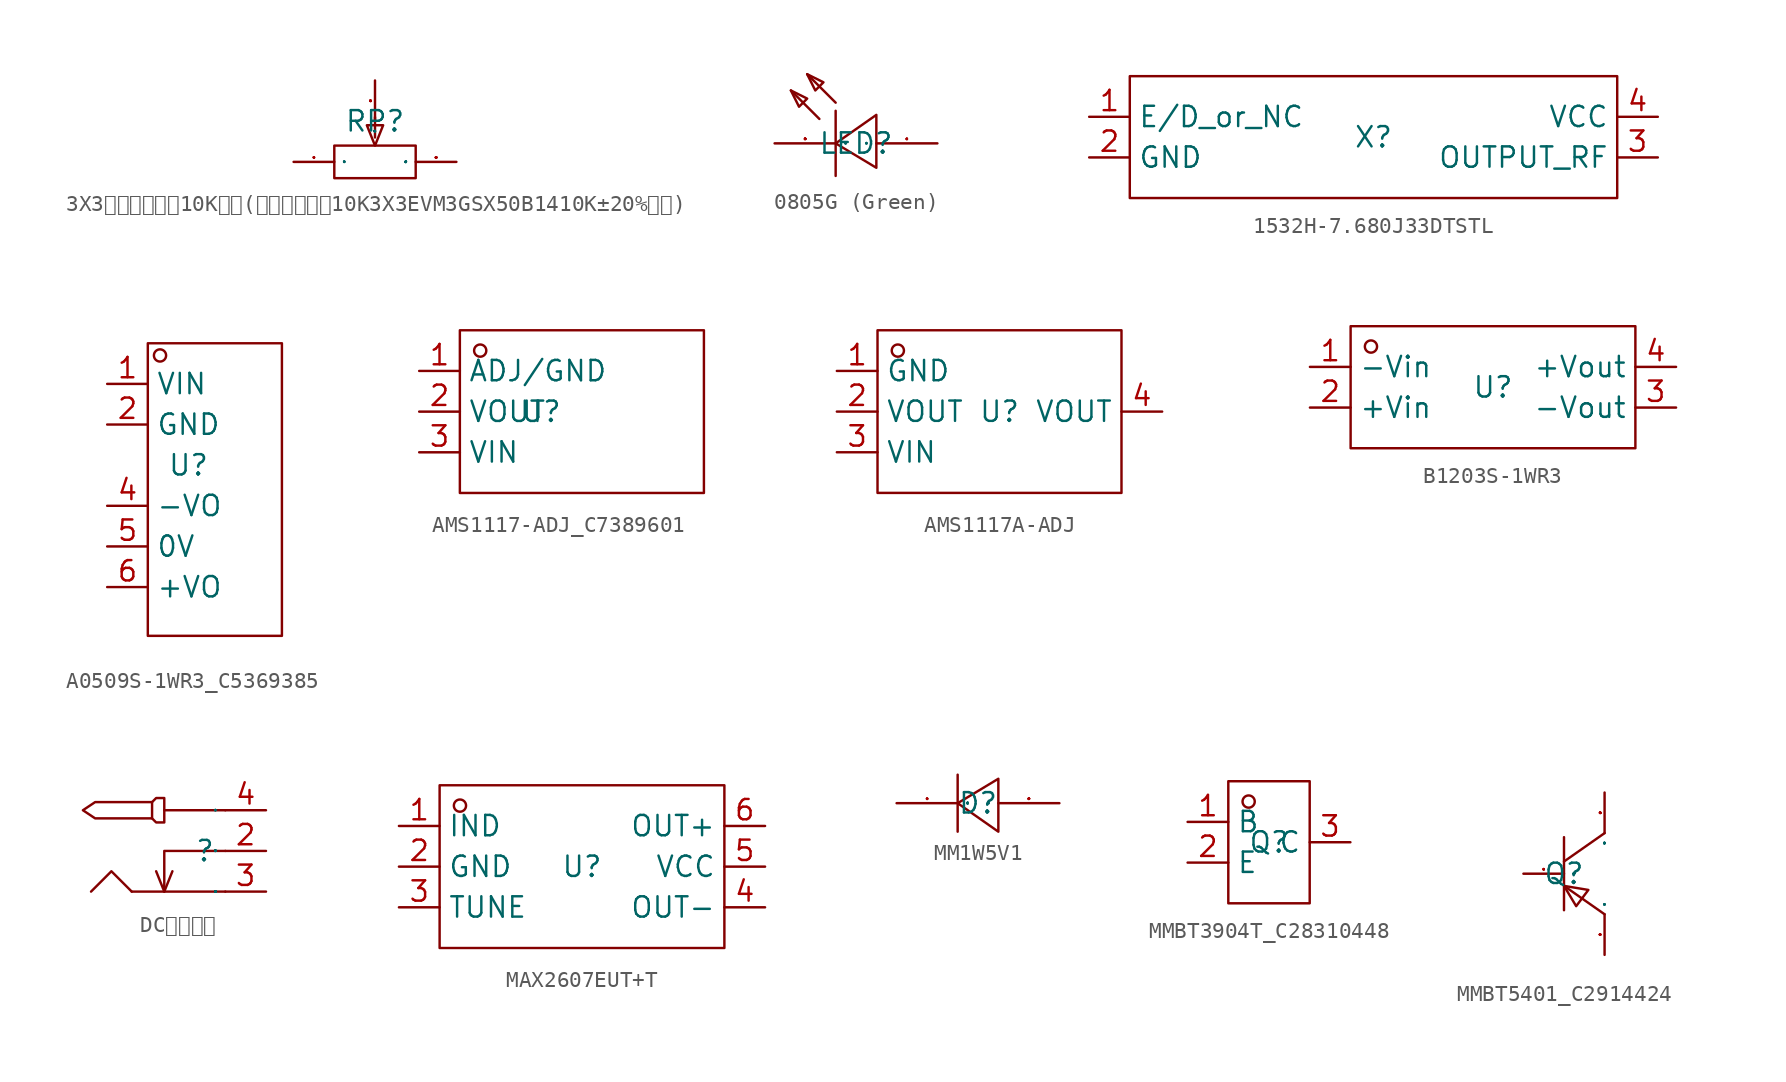
<source format=kicad_sym>
(kicad_symbol_lib
  (version 20231120)
  (generator "kicad_symbol_editor")
  (generator_version "8.0")
  (symbol "3X3贴片可调电阻10K可调(贴片可调电阻10K3X3EVM3GSX50B1410K±20%松下)"
    (property "Reference" "RP"
      (at 0 0 0)
      (effects (font (size 1.27 1.27))))
    (property "Value" ""
      (at 0 0 0)
      (effects (font (size 1.27 1.27))))
    (symbol "3X3贴片可调电阻10K可调(贴片可调电阻10K3X3EVM3GSX50B1410K±20%松下)_1_0"
      (polyline (pts (xy 0 -1.016) (xy 0 0.254)) (stroke (width 0) (type default)) (fill (type none)))
      (polyline (pts (xy 0 -1.524) (xy -0.508 -0.254) (xy -0.508 -0.254) (xy 0.508 -0.254) (xy 0.508 -0.254) (xy 0 -1.524)) (stroke (width 0) (type default)) (fill (type none)))
      (polyline (pts (xy 2.54 -1.524) (xy -2.54 -1.524) (xy -2.54 -1.524) (xy -2.54 -3.556) (xy -2.54 -3.556) (xy 2.54 -3.556) (xy 2.54 -3.556) (xy 2.54 -1.524)) (stroke (width 0) (type default)) (fill (type none)))
      (pin input line (at -5.08 -2.54 0) (length 2.54) (name "1" (effects (font (size 0.025 0.025)))) (number "1" (effects (font (size 0.025 0.025)))))
      (pin input line (at 0 2.54 270) (length 2.54) (name "2" (effects (font (size 0.025 0.025)))) (number "2" (effects (font (size 0.025 0.025)))))
      (pin input line (at 5.08 -2.54 180) (length 2.54) (name "3" (effects (font (size 0.025 0.025)))) (number "3" (effects (font (size 0.025 0.025)))))))
  (symbol "0805G (Green)"
    (property "Reference" "LED"
      (at 0 0 0)
      (effects (font (size 1.27 1.27))))
    (property "Value" ""
      (at 0 0 0)
      (effects (font (size 1.27 1.27))))
    (symbol "0805G (Green)_1_0"
      (polyline (pts (xy -2.286 1.524) (xy -4.064 3.302)) (stroke (width 0) (type default)) (fill (type none)))
      (polyline (pts (xy -1.27 2.032) (xy -1.27 -2.032)) (stroke (width 0) (type default)) (fill (type none)))
      (polyline (pts (xy -1.27 2.54) (xy -3.048 4.318)) (stroke (width 0) (type default)) (fill (type none)))
      (polyline (pts (xy -4.064 3.302) (xy -3.048 2.794) (xy -3.048 2.794) (xy -3.556 2.286) (xy -3.556 2.286) (xy -4.064 3.302)) (stroke (width 0) (type default)) (fill (type none)))
      (polyline (pts (xy -3.048 4.318) (xy -2.032 3.81) (xy -2.032 3.81) (xy -2.54 3.302) (xy -2.54 3.302) (xy -3.048 4.318)) (stroke (width 0) (type default)) (fill (type none)))
      (polyline (pts (xy 1.27 -1.524) (xy -1.27 0) (xy -1.27 0) (xy 1.27 1.778) (xy 1.27 1.778) (xy 1.27 -1.524)) (stroke (width 0) (type default)) (fill (type none)))
      (pin unspecified line (at 5.08 0 180) (length 3.81) (name "A" (effects (font (size 0.025 0.025)))) (number "1" (effects (font (size 0.025 0.025)))))
      (pin unspecified line (at -5.08 0 0) (length 3.81) (name "K" (effects (font (size 0.025 0.025)))) (number "2" (effects (font (size 0.025 0.025)))))))
  (symbol "1532H-7.680J33DTSTL"
    (property "Reference" "X"
      (at 0 0 0)
      (effects (font (size 1.27 1.27))))
    (symbol "1532H-7.680J33DTSTL_1_0"
      (rectangle (start -15.24 3.81) (end 15.24 -3.81) (stroke (width 0) (type default)) (fill (type none)))
      (pin unspecified line (at -17.78 1.27 0) (length 2.54) (name "E/D_or_NC" (effects (font (size 1.27 1.27)))) (number "1" (effects (font (size 1.27 1.27)))))
      (pin unspecified line (at -17.78 -1.27 0) (length 2.54) (name "GND" (effects (font (size 1.27 1.27)))) (number "2" (effects (font (size 1.27 1.27)))))
      (pin unspecified line (at 17.78 -1.27 180) (length 2.54) (name "OUTPUT_RF" (effects (font (size 1.27 1.27)))) (number "3" (effects (font (size 1.27 1.27)))))
      (pin unspecified line (at 17.78 1.27 180) (length 2.54) (name "VCC" (effects (font (size 1.27 1.27)))) (number "4" (effects (font (size 1.27 1.27)))))))
  (symbol "A0509S-1WR3_C5369385"
    (property "Reference" "U"
      (at 0 0 0)
      (effects (font (size 1.27 1.27))))
    (property "Value" ""
      (at 0 0 0)
      (effects (font (size 1.27 1.27))))
    (symbol "A0509S-1WR3_C5369385_1_0"
      (rectangle (start -2.54 -10.668) (end 5.842 7.62) (stroke (width 0) (type default)) (fill (type none)))
      (circle (center -1.778 6.858) (radius 0.381) (stroke (width 0) (type default)) (fill (type none)))
      (pin unspecified line (at -5.08 5.08 0) (length 2.54) (name "VIN" (effects (font (size 1.27 1.27)))) (number "1" (effects (font (size 1.27 1.27)))))
      (pin unspecified line (at -5.08 2.54 0) (length 2.54) (name "GND" (effects (font (size 1.27 1.27)))) (number "2" (effects (font (size 1.27 1.27)))))
      (pin unspecified line (at -5.08 -2.54 0) (length 2.54) (name "-VO" (effects (font (size 1.27 1.27)))) (number "4" (effects (font (size 1.27 1.27)))))
      (pin unspecified line (at -5.08 -5.08 0) (length 2.54) (name "0V" (effects (font (size 1.27 1.27)))) (number "5" (effects (font (size 1.27 1.27)))))
      (pin unspecified line (at -5.08 -7.62 0) (length 2.54) (name "+VO" (effects (font (size 1.27 1.27)))) (number "6" (effects (font (size 1.27 1.27)))))))
  (symbol "AMS1117-ADJ_C7389601"
    (property "Reference" "U"
      (at 0 0 0)
      (effects (font (size 1.27 1.27))))
    (property "Value" ""
      (at 0 0 0)
      (effects (font (size 1.27 1.27))))
    (symbol "AMS1117-ADJ_C7389601_1_0"
      (rectangle (start -5.08 -5.08) (end 10.16 5.08) (stroke (width 0) (type default)) (fill (type none)))
      (circle (center -3.81 3.81) (radius 0.381) (stroke (width 0) (type default)) (fill (type none)))
      (pin unspecified line (at -7.62 2.54 0) (length 2.54) (name "ADJ/GND" (effects (font (size 1.27 1.27)))) (number "1" (effects (font (size 1.27 1.27)))))
      (pin unspecified line (at -7.62 0 0) (length 2.54) (name "VOUT" (effects (font (size 1.27 1.27)))) (number "2" (effects (font (size 1.27 1.27)))))
      (pin unspecified line (at -7.62 -2.54 0) (length 2.54) (name "VIN" (effects (font (size 1.27 1.27)))) (number "3" (effects (font (size 1.27 1.27)))))))
  (symbol "AMS1117A-ADJ"
    (property "Reference" "U"
      (at 0 0 0)
      (effects (font (size 1.27 1.27))))
    (property "Value" ""
      (at 0 0 0)
      (effects (font (size 1.27 1.27))))
    (symbol "AMS1117A-ADJ_1_0"
      (rectangle (start -7.62 -5.08) (end 7.62 5.08) (stroke (width 0) (type default)) (fill (type none)))
      (circle (center -6.35 3.81) (radius 0.381) (stroke (width 0) (type default)) (fill (type none)))
      (pin unspecified line (at -10.16 2.54 0) (length 2.54) (name "GND" (effects (font (size 1.27 1.27)))) (number "1" (effects (font (size 1.27 1.27)))))
      (pin unspecified line (at -10.16 0 0) (length 2.54) (name "VOUT" (effects (font (size 1.27 1.27)))) (number "2" (effects (font (size 1.27 1.27)))))
      (pin unspecified line (at -10.16 -2.54 0) (length 2.54) (name "VIN" (effects (font (size 1.27 1.27)))) (number "3" (effects (font (size 1.27 1.27)))))
      (pin unspecified line (at 10.16 0 180) (length 2.54) (name "VOUT" (effects (font (size 1.27 1.27)))) (number "4" (effects (font (size 1.27 1.27)))))))
  (symbol "B1203S-1WR3"
    (property "Reference" "U"
      (at 0 0 0)
      (effects (font (size 1.27 1.27))))
    (property "Value" ""
      (at 0 0 0)
      (effects (font (size 1.27 1.27))))
    (symbol "B1203S-1WR3_1_0"
      (rectangle (start -8.89 -3.81) (end 8.89 3.81) (stroke (width 0) (type default)) (fill (type none)))
      (circle (center -7.62 2.54) (radius 0.381) (stroke (width 0) (type default)) (fill (type none)))
      (pin unspecified line (at -11.43 1.27 0) (length 2.54) (name "-Vin" (effects (font (size 1.27 1.27)))) (number "1" (effects (font (size 1.27 1.27)))))
      (pin unspecified line (at -11.43 -1.27 0) (length 2.54) (name "+Vin" (effects (font (size 1.27 1.27)))) (number "2" (effects (font (size 1.27 1.27)))))
      (pin unspecified line (at 11.43 -1.27 180) (length 2.54) (name "-Vout" (effects (font (size 1.27 1.27)))) (number "3" (effects (font (size 1.27 1.27)))))
      (pin unspecified line (at 11.43 1.27 180) (length 2.54) (name "+Vout" (effects (font (size 1.27 1.27)))) (number "4" (effects (font (size 1.27 1.27)))))))
  (symbol "DC电源接口"
    (property "Reference" ""
      (at 0 0 0)
      (effects (font (size 1.27 1.27))))
    (property "Value" ""
      (at 0 0 0)
      (effects (font (size 1.27 1.27))))
    (symbol "DC电源接口_1_0"
      (polyline (pts (xy -4.572 -2.54) (xy 1.27 -2.54)) (stroke (width 0) (type default)) (fill (type none)))
      (polyline (pts (xy -2.54 -2.54) (xy -2.032 -1.27)) (stroke (width 0) (type default)) (fill (type none)))
      (polyline (pts (xy -2.54 2.54) (xy 1.27 2.54)) (stroke (width 0) (type default)) (fill (type none)))
      (polyline (pts (xy -4.572 -2.54) (xy -5.842 -1.27) (xy -7.112 -2.54)) (stroke (width 0) (type default)) (fill (type none)))
      (polyline (pts (xy 1.27 0) (xy -2.54 0) (xy -2.54 -2.54) (xy -3.048 -1.27)) (stroke (width 0) (type default)) (fill (type none)))
      (polyline (pts (xy -3.302 3.048) (xy -3.302 2.032) (xy -6.858 2.032) (xy -7.62 2.54) (xy -6.858 3.048) (xy -3.302 3.048)) (stroke (width 0) (type default)) (fill (type none)))
      (polyline (pts (xy -3.302 3.048) (xy -3.048 3.302) (xy -2.54 3.302) (xy -2.54 1.778) (xy -3.048 1.778) (xy -3.302 2.032)) (stroke (width 0) (type default)) (fill (type none)))
      (pin input line (at 3.81 0 180) (length 2.54) (name "2" (effects (font (size 0.025 0.025)))) (number "2" (effects (font (size 1.27 1.27)))))
      (pin input line (at 3.81 -2.54 180) (length 2.54) (name "3" (effects (font (size 0.025 0.025)))) (number "3" (effects (font (size 1.27 1.27)))))
      (pin input line (at 3.81 2.54 180) (length 2.54) (name "4" (effects (font (size 0.025 0.025)))) (number "4" (effects (font (size 1.27 1.27)))))))
  (symbol "MAX2607EUT+T"
    (property "Reference" "U"
      (at 0 0 0)
      (effects (font (size 1.27 1.27))))
    (property "Value" ""
      (at 0 0 0)
      (effects (font (size 1.27 1.27))))
    (symbol "MAX2607EUT+T_1_0"
      (rectangle (start -8.89 -5.08) (end 8.89 5.08) (stroke (width 0) (type default)) (fill (type none)))
      (circle (center -7.62 3.81) (radius 0.381) (stroke (width 0) (type default)) (fill (type none)))
      (pin unspecified line (at -11.43 2.54 0) (length 2.54) (name "IND" (effects (font (size 1.27 1.27)))) (number "1" (effects (font (size 1.27 1.27)))))
      (pin unspecified line (at -11.43 0 0) (length 2.54) (name "GND" (effects (font (size 1.27 1.27)))) (number "2" (effects (font (size 1.27 1.27)))))
      (pin unspecified line (at -11.43 -2.54 0) (length 2.54) (name "TUNE" (effects (font (size 1.27 1.27)))) (number "3" (effects (font (size 1.27 1.27)))))
      (pin unspecified line (at 11.43 -2.54 180) (length 2.54) (name "OUT-" (effects (font (size 1.27 1.27)))) (number "4" (effects (font (size 1.27 1.27)))))
      (pin unspecified line (at 11.43 0 180) (length 2.54) (name "VCC" (effects (font (size 1.27 1.27)))) (number "5" (effects (font (size 1.27 1.27)))))
      (pin unspecified line (at 11.43 2.54 180) (length 2.54) (name "OUT+" (effects (font (size 1.27 1.27)))) (number "6" (effects (font (size 1.27 1.27)))))))
  (symbol "MM1W5V1"
    (property "Reference" "D"
      (at 0 0 0)
      (effects (font (size 1.27 1.27))))
    (property "Value" ""
      (at 0 0 0)
      (effects (font (size 1.27 1.27))))
    (symbol "MM1W5V1_1_0"
      (polyline (pts (xy -1.27 1.778) (xy -1.27 -1.778)) (stroke (width 0) (type default)) (fill (type none)))
      (polyline (pts (xy 1.27 1.524) (xy -1.27 0) (xy -1.27 0) (xy 1.27 -1.778) (xy 1.27 -1.778) (xy 1.27 1.524)) (stroke (width 0) (type default)) (fill (type none)))
      (pin unspecified line (at -5.08 0 0) (length 3.81) (name "C" (effects (font (size 0.025 0.025)))) (number "1" (effects (font (size 0.025 0.025)))))
      (pin unspecified line (at 5.08 0 180) (length 3.81) (name "A" (effects (font (size 0.025 0.025)))) (number "2" (effects (font (size 0.025 0.025)))))))
  (symbol "MMBT3904T_C28310448"
    (property "Reference" "Q"
      (at 0 0 0)
      (effects (font (size 1.27 1.27))))
    (property "Value" ""
      (at 0 0 0)
      (effects (font (size 1.27 1.27))))
    (symbol "MMBT3904T_C28310448_1_0"
      (rectangle (start -2.54 -3.81) (end 2.54 3.81) (stroke (width 0) (type default)) (fill (type none)))
      (circle (center -1.27 2.54) (radius 0.381) (stroke (width 0) (type default)) (fill (type none)))
      (pin unspecified line (at -5.08 1.27 0) (length 2.54) (name "B" (effects (font (size 1.27 1.27)))) (number "1" (effects (font (size 1.27 1.27)))))
      (pin unspecified line (at -5.08 -1.27 0) (length 2.54) (name "E" (effects (font (size 1.27 1.27)))) (number "2" (effects (font (size 1.27 1.27)))))
      (pin unspecified line (at 5.08 0 180) (length 2.54) (name "C" (effects (font (size 1.27 1.27)))) (number "3" (effects (font (size 1.27 1.27)))))))
  (symbol "MMBT5401_C2914424"
    (property "Reference" "Q"
      (at 0 0 0)
      (effects (font (size 1.27 1.27))))
    (property "Value" ""
      (at 0 0 0)
      (effects (font (size 1.27 1.27))))
    (symbol "MMBT5401_C2914424_1_0"
      (polyline (pts (xy 0 -0.762) (xy 2.54 -2.54)) (stroke (width 0) (type default)) (fill (type none)))
      (polyline (pts (xy 0 2.286) (xy 0 -2.286)) (stroke (width 0) (type default)) (fill (type none)))
      (polyline (pts (xy 2.54 2.54) (xy 0 0.762)) (stroke (width 0) (type default)) (fill (type none)))
      (polyline (pts (xy 0 -0.762) (xy 0.762 -2.032) (xy 0.762 -2.032) (xy 1.524 -1.016) (xy 1.524 -1.016) (xy 0 -0.762)) (stroke (width 0) (type default)) (fill (type none)))
      (pin input line (at -2.54 0 0) (length 2.54) (name "B" (effects (font (size 0.025 0.025)))) (number "1" (effects (font (size 0.025 0.025)))))
      (pin input line (at 2.54 -5.08 90) (length 2.54) (name "E" (effects (font (size 0.025 0.025)))) (number "2" (effects (font (size 0.025 0.025)))))
      (pin input line (at 2.54 5.08 270) (length 2.54) (name "C" (effects (font (size 0.025 0.025)))) (number "3" (effects (font (size 0.025 0.025))))))))
</source>
